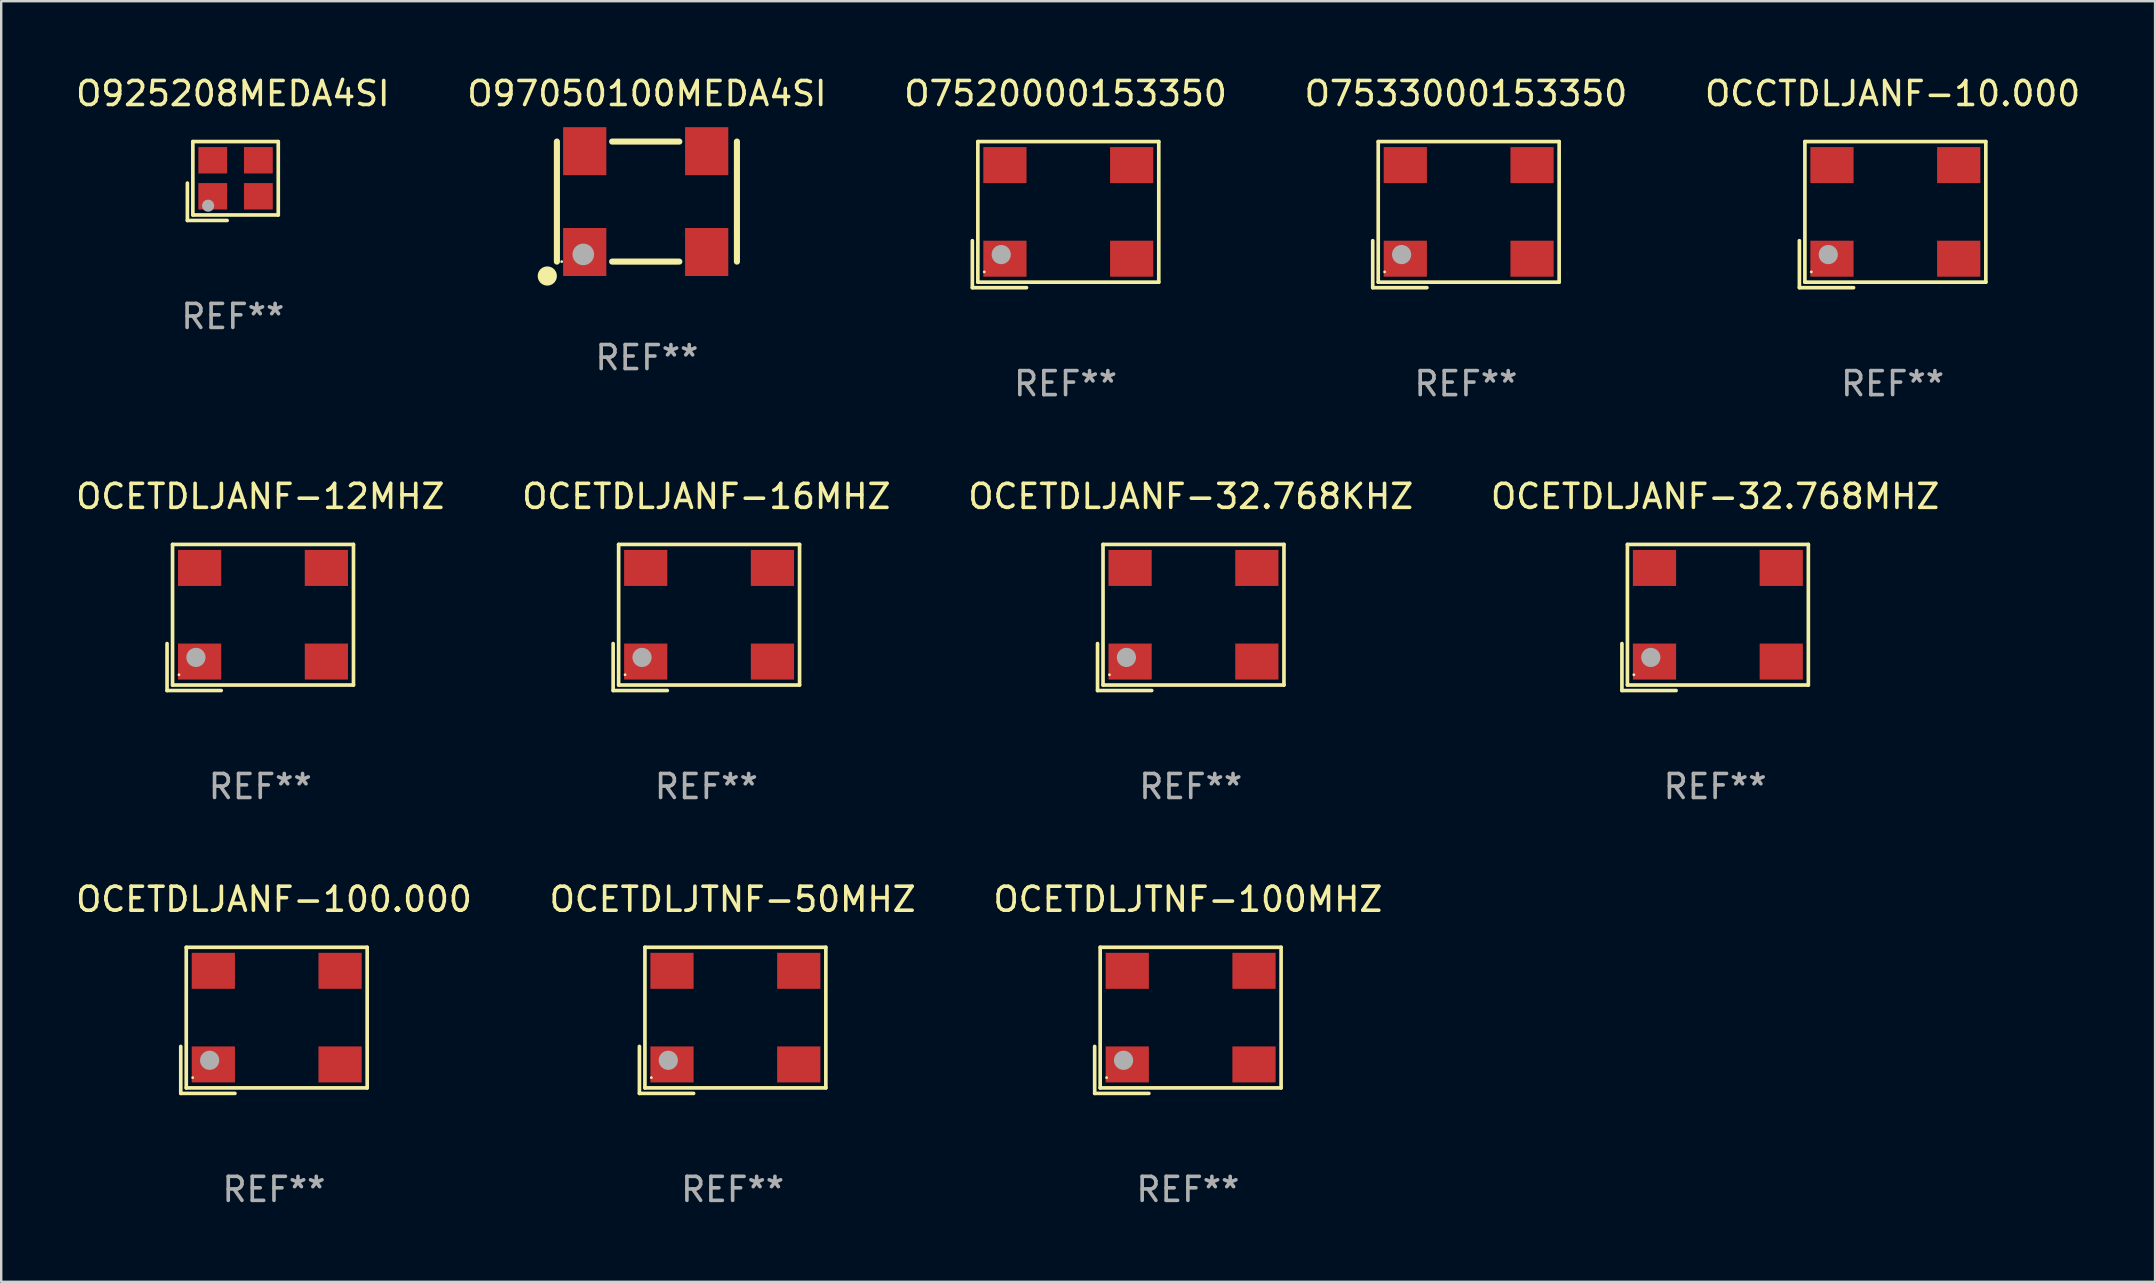
<source format=kicad_pcb>
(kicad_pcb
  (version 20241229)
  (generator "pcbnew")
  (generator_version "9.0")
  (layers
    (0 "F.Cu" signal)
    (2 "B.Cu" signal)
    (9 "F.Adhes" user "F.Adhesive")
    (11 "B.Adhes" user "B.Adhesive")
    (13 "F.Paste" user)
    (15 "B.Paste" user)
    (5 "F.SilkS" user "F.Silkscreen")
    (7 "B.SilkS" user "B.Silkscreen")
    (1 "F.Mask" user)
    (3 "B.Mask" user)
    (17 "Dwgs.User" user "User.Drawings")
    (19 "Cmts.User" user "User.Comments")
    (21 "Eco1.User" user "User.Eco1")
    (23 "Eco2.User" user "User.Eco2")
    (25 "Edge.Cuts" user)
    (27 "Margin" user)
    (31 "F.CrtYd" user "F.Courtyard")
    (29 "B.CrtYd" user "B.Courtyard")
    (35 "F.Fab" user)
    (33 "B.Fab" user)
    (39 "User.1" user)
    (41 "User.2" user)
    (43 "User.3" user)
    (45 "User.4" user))
  (footprint "O925208MEDA4SI"
    (layer "F.Cu")
    (at 6.649 4.491)
    (property "Reference" "O925208MEDA4SI" (at 0 -3.643 0) (layer "F.SilkS") (effects (font (size 1 1) (thickness 0.15))))
    (attr through_hole)
    (fp_line (start -1.893 0.086) (end -1.893 1.643) (stroke (width 0.152) (type solid)) (layer "F.SilkS"))
    (fp_line (start -1.893 1.643) (end -0.237 1.643) (stroke (width 0.152) (type solid)) (layer "F.SilkS"))
    (fp_line (start -1.665 -1.643) (end 1.893 -1.643) (stroke (width 0.152) (type solid)) (layer "F.SilkS"))
    (fp_line (start -1.665 1.414) (end -1.665 -1.643) (stroke (width 0.152) (type solid)) (layer "F.SilkS"))
    (fp_line (start 1.893 -1.643) (end 1.893 1.414) (stroke (width 0.152) (type solid)) (layer "F.SilkS"))
    (fp_line (start 1.893 1.414) (end -1.665 1.414) (stroke (width 0.152) (type solid)) (layer "F.SilkS"))
    (fp_circle (center -1.136 0.885) (end -1.106 0.885) (stroke (width 0.06) (type solid)) (fill no) (layer "F.SilkS"))
    (fp_circle (center -1.029 1.028) (end -0.902 1.028) (stroke (width 0.254) (type solid)) (fill no) (layer "F.Fab"))
    (fp_text user "REF**" (at 0 5.643 0) (layer "F.Fab") (effects (font (size 1 1) (thickness 0.15))))
    (pad "1" smd rect (at -0.836 0.636) (size 1.2 1.1) (layers "F.Cu" "F.Mask" "F.Paste"))
    (pad "2" smd rect (at 1.064 0.636) (size 1.2 1.1) (layers "F.Cu" "F.Mask" "F.Paste"))
    (pad "3" smd rect (at 1.064 -0.865) (size 1.2 1.1) (layers "F.Cu" "F.Mask" "F.Paste"))
    (pad "4" smd rect (at -0.836 -0.865) (size 1.2 1.1) (layers "F.Cu" "F.Mask" "F.Paste")))
  (footprint "OCETDLJANF-32.768MHZ"
    (layer "F.Cu")
    (at 68.399 22.673)
    (property "Reference" "OCETDLJANF-32.768MHZ" (at 0 -5.043 0) (layer "F.SilkS") (effects (font (size 1 1) (thickness 0.15))))
    (attr through_hole)
    (fp_line (start -3.883 1.086) (end -3.883 3.043) (stroke (width 0.152) (type solid)) (layer "F.SilkS"))
    (fp_line (start -3.883 3.043) (end -1.626 3.043) (stroke (width 0.152) (type solid)) (layer "F.SilkS"))
    (fp_line (start -3.654 -3.043) (end 3.883 -3.043) (stroke (width 0.152) (type solid)) (layer "F.SilkS"))
    (fp_line (start -3.654 2.814) (end -3.654 -3.043) (stroke (width 0.152) (type solid)) (layer "F.SilkS"))
    (fp_line (start 3.883 -3.043) (end 3.883 2.814) (stroke (width 0.152) (type solid)) (layer "F.SilkS"))
    (fp_line (start 3.883 2.814) (end -3.654 2.814) (stroke (width 0.152) (type solid)) (layer "F.SilkS"))
    (fp_circle (center -3.386 2.386) (end -3.356 2.386) (stroke (width 0.06) (type solid)) (fill no) (layer "F.SilkS"))
    (fp_circle (center -2.68 1.664) (end -2.48 1.664) (stroke (width 0.4) (type solid)) (fill no) (layer "F.Fab"))
    (fp_text user "REF**" (at 0 7.043 0) (layer "F.Fab") (effects (font (size 1 1) (thickness 0.15))))
    (pad "1" smd rect (at -2.526 1.836) (size 1.8 1.5) (layers "F.Cu" "F.Mask" "F.Paste"))
    (pad "2" smd rect (at 2.754 1.836) (size 1.8 1.5) (layers "F.Cu" "F.Mask" "F.Paste"))
    (pad "3" smd rect (at 2.754 -2.064) (size 1.8 1.5) (layers "F.Cu" "F.Mask" "F.Paste"))
    (pad "4" smd rect (at -2.526 -2.064) (size 1.8 1.5) (layers "F.Cu" "F.Mask" "F.Paste")))
  (footprint "O7533000153350"
    (layer "F.Cu")
    (at 58.018 5.891)
    (property "Reference" "O7533000153350" (at 0 -5.043 0) (layer "F.SilkS") (effects (font (size 1 1) (thickness 0.15))))
    (attr through_hole)
    (fp_line (start -3.883 1.086) (end -3.883 3.043) (stroke (width 0.152) (type solid)) (layer "F.SilkS"))
    (fp_line (start -3.883 3.043) (end -1.626 3.043) (stroke (width 0.152) (type solid)) (layer "F.SilkS"))
    (fp_line (start -3.654 -3.043) (end 3.883 -3.043) (stroke (width 0.152) (type solid)) (layer "F.SilkS"))
    (fp_line (start -3.654 2.814) (end -3.654 -3.043) (stroke (width 0.152) (type solid)) (layer "F.SilkS"))
    (fp_line (start 3.883 -3.043) (end 3.883 2.814) (stroke (width 0.152) (type solid)) (layer "F.SilkS"))
    (fp_line (start 3.883 2.814) (end -3.654 2.814) (stroke (width 0.152) (type solid)) (layer "F.SilkS"))
    (fp_circle (center -3.386 2.386) (end -3.356 2.386) (stroke (width 0.06) (type solid)) (fill no) (layer "F.SilkS"))
    (fp_circle (center -2.68 1.664) (end -2.48 1.664) (stroke (width 0.4) (type solid)) (fill no) (layer "F.Fab"))
    (fp_text user "REF**" (at 0 7.043 0) (layer "F.Fab") (effects (font (size 1 1) (thickness 0.15))))
    (pad "1" smd rect (at -2.526 1.836) (size 1.8 1.5) (layers "F.Cu" "F.Mask" "F.Paste"))
    (pad "2" smd rect (at 2.754 1.836) (size 1.8 1.5) (layers "F.Cu" "F.Mask" "F.Paste"))
    (pad "3" smd rect (at 2.754 -2.064) (size 1.8 1.5) (layers "F.Cu" "F.Mask" "F.Paste"))
    (pad "4" smd rect (at -2.526 -2.064) (size 1.8 1.5) (layers "F.Cu" "F.Mask" "F.Paste")))
  (footprint "OCETDLJANF-16MHZ"
    (layer "F.Cu")
    (at 26.375 22.673)
    (property "Reference" "OCETDLJANF-16MHZ" (at 0 -5.043 0) (layer "F.SilkS") (effects (font (size 1 1) (thickness 0.15))))
    (attr through_hole)
    (fp_line (start -3.883 1.086) (end -3.883 3.043) (stroke (width 0.152) (type solid)) (layer "F.SilkS"))
    (fp_line (start -3.883 3.043) (end -1.626 3.043) (stroke (width 0.152) (type solid)) (layer "F.SilkS"))
    (fp_line (start -3.654 -3.043) (end 3.883 -3.043) (stroke (width 0.152) (type solid)) (layer "F.SilkS"))
    (fp_line (start -3.654 2.814) (end -3.654 -3.043) (stroke (width 0.152) (type solid)) (layer "F.SilkS"))
    (fp_line (start 3.883 -3.043) (end 3.883 2.814) (stroke (width 0.152) (type solid)) (layer "F.SilkS"))
    (fp_line (start 3.883 2.814) (end -3.654 2.814) (stroke (width 0.152) (type solid)) (layer "F.SilkS"))
    (fp_circle (center -3.386 2.386) (end -3.356 2.386) (stroke (width 0.06) (type solid)) (fill no) (layer "F.SilkS"))
    (fp_circle (center -2.68 1.664) (end -2.48 1.664) (stroke (width 0.4) (type solid)) (fill no) (layer "F.Fab"))
    (fp_text user "REF**" (at 0 7.043 0) (layer "F.Fab") (effects (font (size 1 1) (thickness 0.15))))
    (pad "1" smd rect (at -2.526 1.836) (size 1.8 1.5) (layers "F.Cu" "F.Mask" "F.Paste"))
    (pad "2" smd rect (at 2.754 1.836) (size 1.8 1.5) (layers "F.Cu" "F.Mask" "F.Paste"))
    (pad "3" smd rect (at 2.754 -2.064) (size 1.8 1.5) (layers "F.Cu" "F.Mask" "F.Paste"))
    (pad "4" smd rect (at -2.526 -2.064) (size 1.8 1.5) (layers "F.Cu" "F.Mask" "F.Paste")))
  (footprint "OCETDLJANF-100.000"
    (layer "F.Cu")
    (at 8.363 39.456)
    (property "Reference" "OCETDLJANF-100.000" (at 0 -5.043 0) (layer "F.SilkS") (effects (font (size 1 1) (thickness 0.15))))
    (attr through_hole)
    (fp_line (start -3.883 1.086) (end -3.883 3.043) (stroke (width 0.152) (type solid)) (layer "F.SilkS"))
    (fp_line (start -3.883 3.043) (end -1.626 3.043) (stroke (width 0.152) (type solid)) (layer "F.SilkS"))
    (fp_line (start -3.654 -3.043) (end 3.883 -3.043) (stroke (width 0.152) (type solid)) (layer "F.SilkS"))
    (fp_line (start -3.654 2.814) (end -3.654 -3.043) (stroke (width 0.152) (type solid)) (layer "F.SilkS"))
    (fp_line (start 3.883 -3.043) (end 3.883 2.814) (stroke (width 0.152) (type solid)) (layer "F.SilkS"))
    (fp_line (start 3.883 2.814) (end -3.654 2.814) (stroke (width 0.152) (type solid)) (layer "F.SilkS"))
    (fp_circle (center -3.386 2.386) (end -3.356 2.386) (stroke (width 0.06) (type solid)) (fill no) (layer "F.SilkS"))
    (fp_circle (center -2.68 1.664) (end -2.48 1.664) (stroke (width 0.4) (type solid)) (fill no) (layer "F.Fab"))
    (fp_text user "REF**" (at 0 7.043 0) (layer "F.Fab") (effects (font (size 1 1) (thickness 0.15))))
    (pad "1" smd rect (at -2.526 1.836) (size 1.8 1.5) (layers "F.Cu" "F.Mask" "F.Paste"))
    (pad "2" smd rect (at 2.754 1.836) (size 1.8 1.5) (layers "F.Cu" "F.Mask" "F.Paste"))
    (pad "3" smd rect (at 2.754 -2.064) (size 1.8 1.5) (layers "F.Cu" "F.Mask" "F.Paste"))
    (pad "4" smd rect (at -2.526 -2.064) (size 1.8 1.5) (layers "F.Cu" "F.Mask" "F.Paste")))
  (footprint "O7520000153350"
    (layer "F.Cu")
    (at 41.339 5.891)
    (property "Reference" "O7520000153350" (at 0 -5.043 0) (layer "F.SilkS") (effects (font (size 1 1) (thickness 0.15))))
    (attr through_hole)
    (fp_line (start -3.883 1.086) (end -3.883 3.043) (stroke (width 0.152) (type solid)) (layer "F.SilkS"))
    (fp_line (start -3.883 3.043) (end -1.626 3.043) (stroke (width 0.152) (type solid)) (layer "F.SilkS"))
    (fp_line (start -3.654 -3.043) (end 3.883 -3.043) (stroke (width 0.152) (type solid)) (layer "F.SilkS"))
    (fp_line (start -3.654 2.814) (end -3.654 -3.043) (stroke (width 0.152) (type solid)) (layer "F.SilkS"))
    (fp_line (start 3.883 -3.043) (end 3.883 2.814) (stroke (width 0.152) (type solid)) (layer "F.SilkS"))
    (fp_line (start 3.883 2.814) (end -3.654 2.814) (stroke (width 0.152) (type solid)) (layer "F.SilkS"))
    (fp_circle (center -3.386 2.386) (end -3.356 2.386) (stroke (width 0.06) (type solid)) (fill no) (layer "F.SilkS"))
    (fp_circle (center -2.68 1.664) (end -2.48 1.664) (stroke (width 0.4) (type solid)) (fill no) (layer "F.Fab"))
    (fp_text user "REF**" (at 0 7.043 0) (layer "F.Fab") (effects (font (size 1 1) (thickness 0.15))))
    (pad "1" smd rect (at -2.526 1.836) (size 1.8 1.5) (layers "F.Cu" "F.Mask" "F.Paste"))
    (pad "2" smd rect (at 2.754 1.836) (size 1.8 1.5) (layers "F.Cu" "F.Mask" "F.Paste"))
    (pad "3" smd rect (at 2.754 -2.064) (size 1.8 1.5) (layers "F.Cu" "F.Mask" "F.Paste"))
    (pad "4" smd rect (at -2.526 -2.064) (size 1.8 1.5) (layers "F.Cu" "F.Mask" "F.Paste")))
  (footprint "OCETDLJTNF-50MHZ"
    (layer "F.Cu")
    (at 27.47 39.456)
    (property "Reference" "OCETDLJTNF-50MHZ" (at 0 -5.043 0) (layer "F.SilkS") (effects (font (size 1 1) (thickness 0.15))))
    (attr through_hole)
    (fp_line (start -3.883 1.086) (end -3.883 3.043) (stroke (width 0.152) (type solid)) (layer "F.SilkS"))
    (fp_line (start -3.883 3.043) (end -1.626 3.043) (stroke (width 0.152) (type solid)) (layer "F.SilkS"))
    (fp_line (start -3.654 -3.043) (end 3.883 -3.043) (stroke (width 0.152) (type solid)) (layer "F.SilkS"))
    (fp_line (start -3.654 2.814) (end -3.654 -3.043) (stroke (width 0.152) (type solid)) (layer "F.SilkS"))
    (fp_line (start 3.883 -3.043) (end 3.883 2.814) (stroke (width 0.152) (type solid)) (layer "F.SilkS"))
    (fp_line (start 3.883 2.814) (end -3.654 2.814) (stroke (width 0.152) (type solid)) (layer "F.SilkS"))
    (fp_circle (center -3.386 2.386) (end -3.356 2.386) (stroke (width 0.06) (type solid)) (fill no) (layer "F.SilkS"))
    (fp_circle (center -2.68 1.664) (end -2.48 1.664) (stroke (width 0.4) (type solid)) (fill no) (layer "F.Fab"))
    (fp_text user "REF**" (at 0 7.043 0) (layer "F.Fab") (effects (font (size 1 1) (thickness 0.15))))
    (pad "1" smd rect (at -2.526 1.836) (size 1.8 1.5) (layers "F.Cu" "F.Mask" "F.Paste"))
    (pad "2" smd rect (at 2.754 1.836) (size 1.8 1.5) (layers "F.Cu" "F.Mask" "F.Paste"))
    (pad "3" smd rect (at 2.754 -2.064) (size 1.8 1.5) (layers "F.Cu" "F.Mask" "F.Paste"))
    (pad "4" smd rect (at -2.526 -2.064) (size 1.8 1.5) (layers "F.Cu" "F.Mask" "F.Paste")))
  (footprint "OCETDLJANF-32.768KHZ"
    (layer "F.Cu")
    (at 46.554 22.673)
    (property "Reference" "OCETDLJANF-32.768KHZ" (at 0 -5.043 0) (layer "F.SilkS") (effects (font (size 1 1) (thickness 0.15))))
    (attr through_hole)
    (fp_line (start -3.883 1.086) (end -3.883 3.043) (stroke (width 0.152) (type solid)) (layer "F.SilkS"))
    (fp_line (start -3.883 3.043) (end -1.626 3.043) (stroke (width 0.152) (type solid)) (layer "F.SilkS"))
    (fp_line (start -3.654 -3.043) (end 3.883 -3.043) (stroke (width 0.152) (type solid)) (layer "F.SilkS"))
    (fp_line (start -3.654 2.814) (end -3.654 -3.043) (stroke (width 0.152) (type solid)) (layer "F.SilkS"))
    (fp_line (start 3.883 -3.043) (end 3.883 2.814) (stroke (width 0.152) (type solid)) (layer "F.SilkS"))
    (fp_line (start 3.883 2.814) (end -3.654 2.814) (stroke (width 0.152) (type solid)) (layer "F.SilkS"))
    (fp_circle (center -3.386 2.386) (end -3.356 2.386) (stroke (width 0.06) (type solid)) (fill no) (layer "F.SilkS"))
    (fp_circle (center -2.68 1.664) (end -2.48 1.664) (stroke (width 0.4) (type solid)) (fill no) (layer "F.Fab"))
    (fp_text user "REF**" (at 0 7.043 0) (layer "F.Fab") (effects (font (size 1 1) (thickness 0.15))))
    (pad "1" smd rect (at -2.526 1.836) (size 1.8 1.5) (layers "F.Cu" "F.Mask" "F.Paste"))
    (pad "2" smd rect (at 2.754 1.836) (size 1.8 1.5) (layers "F.Cu" "F.Mask" "F.Paste"))
    (pad "3" smd rect (at 2.754 -2.064) (size 1.8 1.5) (layers "F.Cu" "F.Mask" "F.Paste"))
    (pad "4" smd rect (at -2.526 -2.064) (size 1.8 1.5) (layers "F.Cu" "F.Mask" "F.Paste")))
  (footprint "O97050100MEDA4SI"
    (layer "F.Cu")
    (at 23.899 5.348)
    (property "Reference" "O97050100MEDA4SI" (at 0 -4.5 0) (layer "F.SilkS") (effects (font (size 1 1) (thickness 0.15))))
    (attr through_hole)
    (fp_line (start -3.75 -2.5) (end -3.75 2.5) (stroke (width 0.254) (type solid)) (layer "F.SilkS"))
    (fp_line (start -1.45 -2.5) (end 1.35 -2.5) (stroke (width 0.254) (type solid)) (layer "F.SilkS"))
    (fp_line (start -1.45 2.5) (end 1.35 2.5) (stroke (width 0.254) (type solid)) (layer "F.SilkS"))
    (fp_line (start 3.75 -2.5) (end 3.75 2.5) (stroke (width 0.254) (type solid)) (layer "F.SilkS"))
    (fp_circle (center -4.15 3.1) (end -3.95 3.1) (stroke (width 0.4) (type solid)) (fill no) (layer "F.SilkS"))
    (fp_circle (center -3.55 2.5) (end -3.52 2.5) (stroke (width 0.06) (type solid)) (fill no) (layer "F.SilkS"))
    (fp_circle (center -2.65 2.2) (end -2.425 2.2) (stroke (width 0.45) (type solid)) (fill no) (layer "F.Fab"))
    (fp_text user "REF**" (at 0 6.5 0) (layer "F.Fab") (effects (font (size 1 1) (thickness 0.15))))
    (pad "1" smd rect (at -2.59 2.1) (size 1.8 2) (layers "F.Cu" "F.Mask" "F.Paste"))
    (pad "2" smd rect (at 2.49 2.1) (size 1.8 2) (layers "F.Cu" "F.Mask" "F.Paste"))
    (pad "3" smd rect (at 2.49 -2.1) (size 1.8 2) (layers "F.Cu" "F.Mask" "F.Paste"))
    (pad "4" smd rect (at -2.59 -2.1) (size 1.8 2) (layers "F.Cu" "F.Mask" "F.Paste")))
  (footprint "OCETDLJTNF-100MHZ"
    (layer "F.Cu")
    (at 46.435 39.456)
    (property "Reference" "OCETDLJTNF-100MHZ" (at 0 -5.043 0) (layer "F.SilkS") (effects (font (size 1 1) (thickness 0.15))))
    (attr through_hole)
    (fp_line (start -3.883 1.086) (end -3.883 3.043) (stroke (width 0.152) (type solid)) (layer "F.SilkS"))
    (fp_line (start -3.883 3.043) (end -1.626 3.043) (stroke (width 0.152) (type solid)) (layer "F.SilkS"))
    (fp_line (start -3.654 -3.043) (end 3.883 -3.043) (stroke (width 0.152) (type solid)) (layer "F.SilkS"))
    (fp_line (start -3.654 2.814) (end -3.654 -3.043) (stroke (width 0.152) (type solid)) (layer "F.SilkS"))
    (fp_line (start 3.883 -3.043) (end 3.883 2.814) (stroke (width 0.152) (type solid)) (layer "F.SilkS"))
    (fp_line (start 3.883 2.814) (end -3.654 2.814) (stroke (width 0.152) (type solid)) (layer "F.SilkS"))
    (fp_circle (center -3.386 2.386) (end -3.356 2.386) (stroke (width 0.06) (type solid)) (fill no) (layer "F.SilkS"))
    (fp_circle (center -2.68 1.664) (end -2.48 1.664) (stroke (width 0.4) (type solid)) (fill no) (layer "F.Fab"))
    (fp_text user "REF**" (at 0 7.043 0) (layer "F.Fab") (effects (font (size 1 1) (thickness 0.15))))
    (pad "1" smd rect (at -2.526 1.836) (size 1.8 1.5) (layers "F.Cu" "F.Mask" "F.Paste"))
    (pad "2" smd rect (at 2.754 1.836) (size 1.8 1.5) (layers "F.Cu" "F.Mask" "F.Paste"))
    (pad "3" smd rect (at 2.754 -2.064) (size 1.8 1.5) (layers "F.Cu" "F.Mask" "F.Paste"))
    (pad "4" smd rect (at -2.526 -2.064) (size 1.8 1.5) (layers "F.Cu" "F.Mask" "F.Paste")))
  (footprint "OCETDLJANF-12MHZ"
    (layer "F.Cu")
    (at 7.792 22.673)
    (property "Reference" "OCETDLJANF-12MHZ" (at 0 -5.043 0) (layer "F.SilkS") (effects (font (size 1 1) (thickness 0.15))))
    (attr through_hole)
    (fp_line (start -3.883 1.086) (end -3.883 3.043) (stroke (width 0.152) (type solid)) (layer "F.SilkS"))
    (fp_line (start -3.883 3.043) (end -1.626 3.043) (stroke (width 0.152) (type solid)) (layer "F.SilkS"))
    (fp_line (start -3.654 -3.043) (end 3.883 -3.043) (stroke (width 0.152) (type solid)) (layer "F.SilkS"))
    (fp_line (start -3.654 2.814) (end -3.654 -3.043) (stroke (width 0.152) (type solid)) (layer "F.SilkS"))
    (fp_line (start 3.883 -3.043) (end 3.883 2.814) (stroke (width 0.152) (type solid)) (layer "F.SilkS"))
    (fp_line (start 3.883 2.814) (end -3.654 2.814) (stroke (width 0.152) (type solid)) (layer "F.SilkS"))
    (fp_circle (center -3.386 2.386) (end -3.356 2.386) (stroke (width 0.06) (type solid)) (fill no) (layer "F.SilkS"))
    (fp_circle (center -2.68 1.664) (end -2.48 1.664) (stroke (width 0.4) (type solid)) (fill no) (layer "F.Fab"))
    (fp_text user "REF**" (at 0 7.043 0) (layer "F.Fab") (effects (font (size 1 1) (thickness 0.15))))
    (pad "1" smd rect (at -2.526 1.836) (size 1.8 1.5) (layers "F.Cu" "F.Mask" "F.Paste"))
    (pad "2" smd rect (at 2.754 1.836) (size 1.8 1.5) (layers "F.Cu" "F.Mask" "F.Paste"))
    (pad "3" smd rect (at 2.754 -2.064) (size 1.8 1.5) (layers "F.Cu" "F.Mask" "F.Paste"))
    (pad "4" smd rect (at -2.526 -2.064) (size 1.8 1.5) (layers "F.Cu" "F.Mask" "F.Paste")))
  (footprint "OCCTDLJANF-10.000"
    (layer "F.Cu")
    (at 75.792 5.891)
    (property "Reference" "OCCTDLJANF-10.000" (at 0 -5.043 0) (layer "F.SilkS") (effects (font (size 1 1) (thickness 0.15))))
    (attr through_hole)
    (fp_line (start -3.883 1.086) (end -3.883 3.043) (stroke (width 0.152) (type solid)) (layer "F.SilkS"))
    (fp_line (start -3.883 3.043) (end -1.626 3.043) (stroke (width 0.152) (type solid)) (layer "F.SilkS"))
    (fp_line (start -3.654 -3.043) (end 3.883 -3.043) (stroke (width 0.152) (type solid)) (layer "F.SilkS"))
    (fp_line (start -3.654 2.814) (end -3.654 -3.043) (stroke (width 0.152) (type solid)) (layer "F.SilkS"))
    (fp_line (start 3.883 -3.043) (end 3.883 2.814) (stroke (width 0.152) (type solid)) (layer "F.SilkS"))
    (fp_line (start 3.883 2.814) (end -3.654 2.814) (stroke (width 0.152) (type solid)) (layer "F.SilkS"))
    (fp_circle (center -3.386 2.386) (end -3.356 2.386) (stroke (width 0.06) (type solid)) (fill no) (layer "F.SilkS"))
    (fp_circle (center -2.68 1.664) (end -2.48 1.664) (stroke (width 0.4) (type solid)) (fill no) (layer "F.Fab"))
    (fp_text user "REF**" (at 0 7.043 0) (layer "F.Fab") (effects (font (size 1 1) (thickness 0.15))))
    (pad "1" smd rect (at -2.526 1.836) (size 1.8 1.5) (layers "F.Cu" "F.Mask" "F.Paste"))
    (pad "2" smd rect (at 2.754 1.836) (size 1.8 1.5) (layers "F.Cu" "F.Mask" "F.Paste"))
    (pad "3" smd rect (at 2.754 -2.064) (size 1.8 1.5) (layers "F.Cu" "F.Mask" "F.Paste"))
    (pad "4" smd rect (at -2.526 -2.064) (size 1.8 1.5) (layers "F.Cu" "F.Mask" "F.Paste")))
  (gr_rect
    (start -3 -3)
    (end 86.726 50.347)
    (stroke (width 0.1) (type default))
    (fill no)
    (layer "Edge.Cuts")))
</source>
